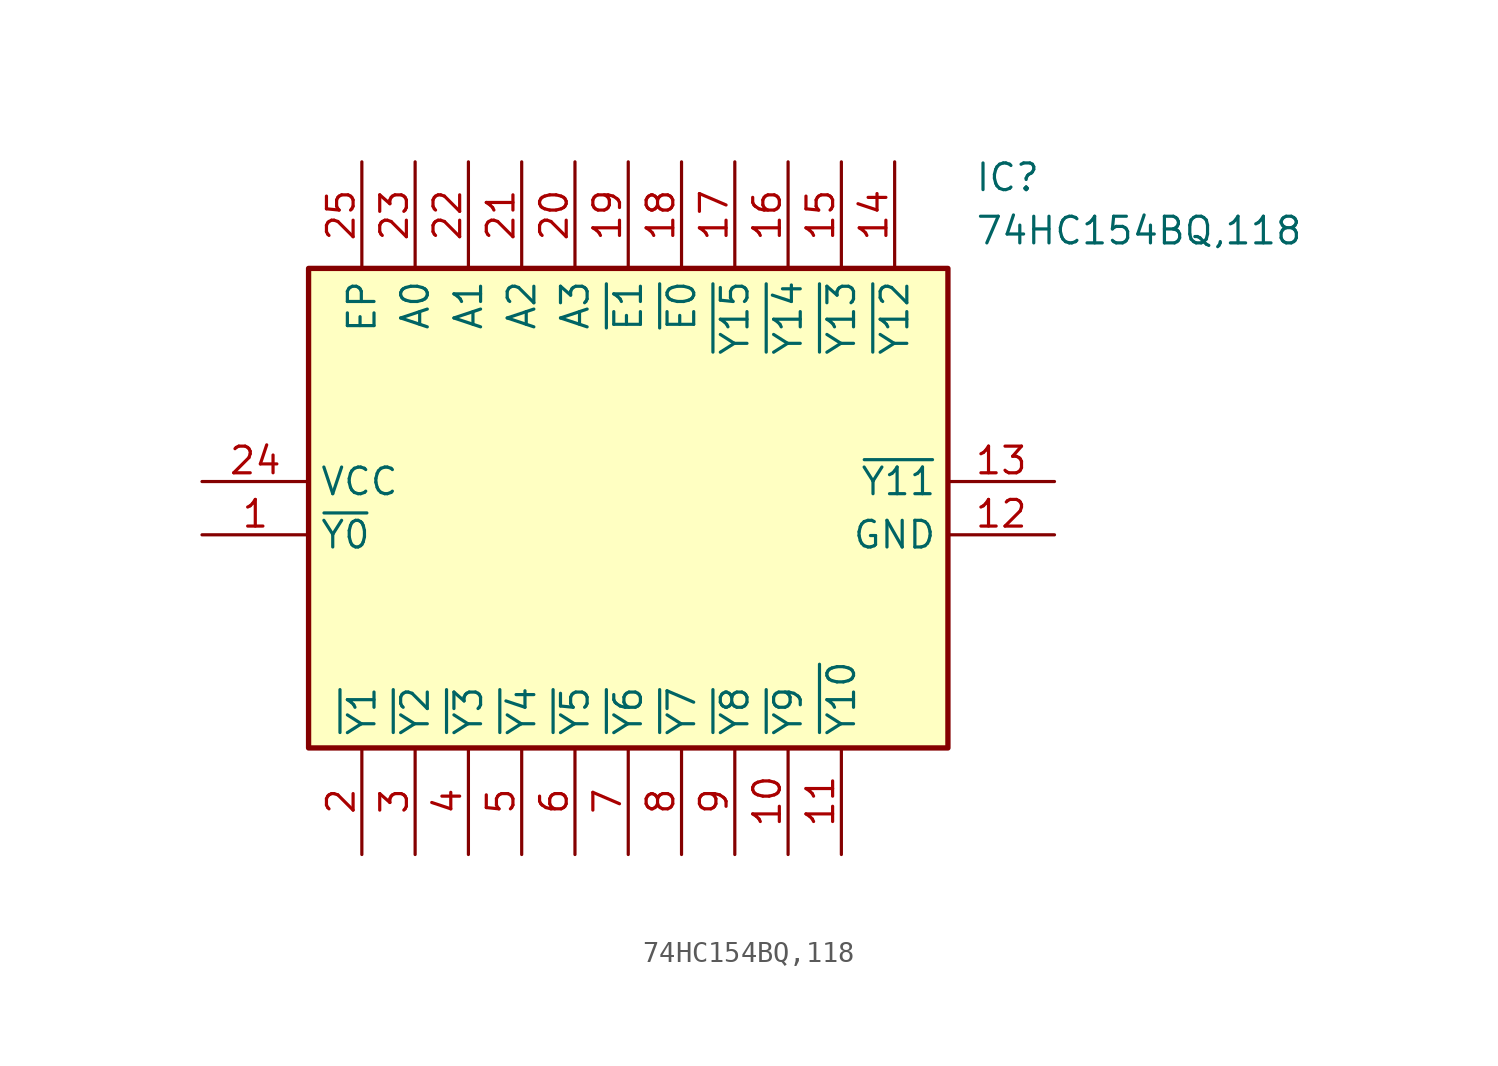
<source format=kicad_sym>
(kicad_symbol_lib
  (version 20211014)
  (generator SamacSys_ECAD_Model)
  (symbol "74HC154BQ,118"
    (property "Reference" "IC"
      (at 36.83 15.24 0)
      (effects (font (size 1.27 1.27)) (justify left top)))
    (property "Value" "74HC154BQ,118"
      (at 36.83 12.7 0)
      (effects (font (size 1.27 1.27)) (justify left top)))
    (rectangle
      (start 5.08 10.16)
      (end 35.56 -12.7)
      (stroke (width 0.254) (type default))
      (fill (type background)))
    (pin passive line
      (at 0 -2.54 0)
      (length 5.08)
      (name "~{Y0}" (effects (font (size 1.27 1.27))))
      (number "1" (effects (font (size 1.27 1.27)))))
    (pin passive line
      (at 7.62 -17.78 90)
      (length 5.08)
      (name "~{Y1}" (effects (font (size 1.27 1.27))))
      (number "2" (effects (font (size 1.27 1.27)))))
    (pin passive line
      (at 10.16 -17.78 90)
      (length 5.08)
      (name "~{Y2}" (effects (font (size 1.27 1.27))))
      (number "3" (effects (font (size 1.27 1.27)))))
    (pin passive line
      (at 12.7 -17.78 90)
      (length 5.08)
      (name "~{Y3}" (effects (font (size 1.27 1.27))))
      (number "4" (effects (font (size 1.27 1.27)))))
    (pin passive line
      (at 15.24 -17.78 90)
      (length 5.08)
      (name "~{Y4}" (effects (font (size 1.27 1.27))))
      (number "5" (effects (font (size 1.27 1.27)))))
    (pin passive line
      (at 17.78 -17.78 90)
      (length 5.08)
      (name "~{Y5}" (effects (font (size 1.27 1.27))))
      (number "6" (effects (font (size 1.27 1.27)))))
    (pin passive line
      (at 20.32 -17.78 90)
      (length 5.08)
      (name "~{Y6}" (effects (font (size 1.27 1.27))))
      (number "7" (effects (font (size 1.27 1.27)))))
    (pin passive line
      (at 22.86 -17.78 90)
      (length 5.08)
      (name "~{Y7}" (effects (font (size 1.27 1.27))))
      (number "8" (effects (font (size 1.27 1.27)))))
    (pin passive line
      (at 25.4 -17.78 90)
      (length 5.08)
      (name "~{Y8}" (effects (font (size 1.27 1.27))))
      (number "9" (effects (font (size 1.27 1.27)))))
    (pin passive line
      (at 27.94 -17.78 90)
      (length 5.08)
      (name "~{Y9}" (effects (font (size 1.27 1.27))))
      (number "10" (effects (font (size 1.27 1.27)))))
    (pin passive line
      (at 30.48 -17.78 90)
      (length 5.08)
      (name "~{Y10}" (effects (font (size 1.27 1.27))))
      (number "11" (effects (font (size 1.27 1.27)))))
    (pin passive line
      (at 40.64 -2.54 180)
      (length 5.08)
      (name "GND" (effects (font (size 1.27 1.27))))
      (number "12" (effects (font (size 1.27 1.27)))))
    (pin passive line
      (at 40.64 0 180)
      (length 5.08)
      (name "~{Y11}" (effects (font (size 1.27 1.27))))
      (number "13" (effects (font (size 1.27 1.27)))))
    (pin passive line
      (at 33.02 15.24 270)
      (length 5.08)
      (name "~{Y12}" (effects (font (size 1.27 1.27))))
      (number "14" (effects (font (size 1.27 1.27)))))
    (pin passive line
      (at 30.48 15.24 270)
      (length 5.08)
      (name "~{Y13}" (effects (font (size 1.27 1.27))))
      (number "15" (effects (font (size 1.27 1.27)))))
    (pin passive line
      (at 27.94 15.24 270)
      (length 5.08)
      (name "~{Y14}" (effects (font (size 1.27 1.27))))
      (number "16" (effects (font (size 1.27 1.27)))))
    (pin passive line
      (at 25.4 15.24 270)
      (length 5.08)
      (name "~{Y15}" (effects (font (size 1.27 1.27))))
      (number "17" (effects (font (size 1.27 1.27)))))
    (pin passive line
      (at 22.86 15.24 270)
      (length 5.08)
      (name "~{E0}" (effects (font (size 1.27 1.27))))
      (number "18" (effects (font (size 1.27 1.27)))))
    (pin passive line
      (at 20.32 15.24 270)
      (length 5.08)
      (name "~{E1}" (effects (font (size 1.27 1.27))))
      (number "19" (effects (font (size 1.27 1.27)))))
    (pin passive line
      (at 17.78 15.24 270)
      (length 5.08)
      (name "A3" (effects (font (size 1.27 1.27))))
      (number "20" (effects (font (size 1.27 1.27)))))
    (pin passive line
      (at 15.24 15.24 270)
      (length 5.08)
      (name "A2" (effects (font (size 1.27 1.27))))
      (number "21" (effects (font (size 1.27 1.27)))))
    (pin passive line
      (at 12.7 15.24 270)
      (length 5.08)
      (name "A1" (effects (font (size 1.27 1.27))))
      (number "22" (effects (font (size 1.27 1.27)))))
    (pin passive line
      (at 10.16 15.24 270)
      (length 5.08)
      (name "A0" (effects (font (size 1.27 1.27))))
      (number "23" (effects (font (size 1.27 1.27)))))
    (pin passive line
      (at 0 0 0)
      (length 5.08)
      (name "VCC" (effects (font (size 1.27 1.27))))
      (number "24" (effects (font (size 1.27 1.27)))))
    (pin passive line
      (at 7.62 15.24 270)
      (length 5.08)
      (name "EP" (effects (font (size 1.27 1.27))))
      (number "25" (effects (font (size 1.27 1.27)))))))
</source>
